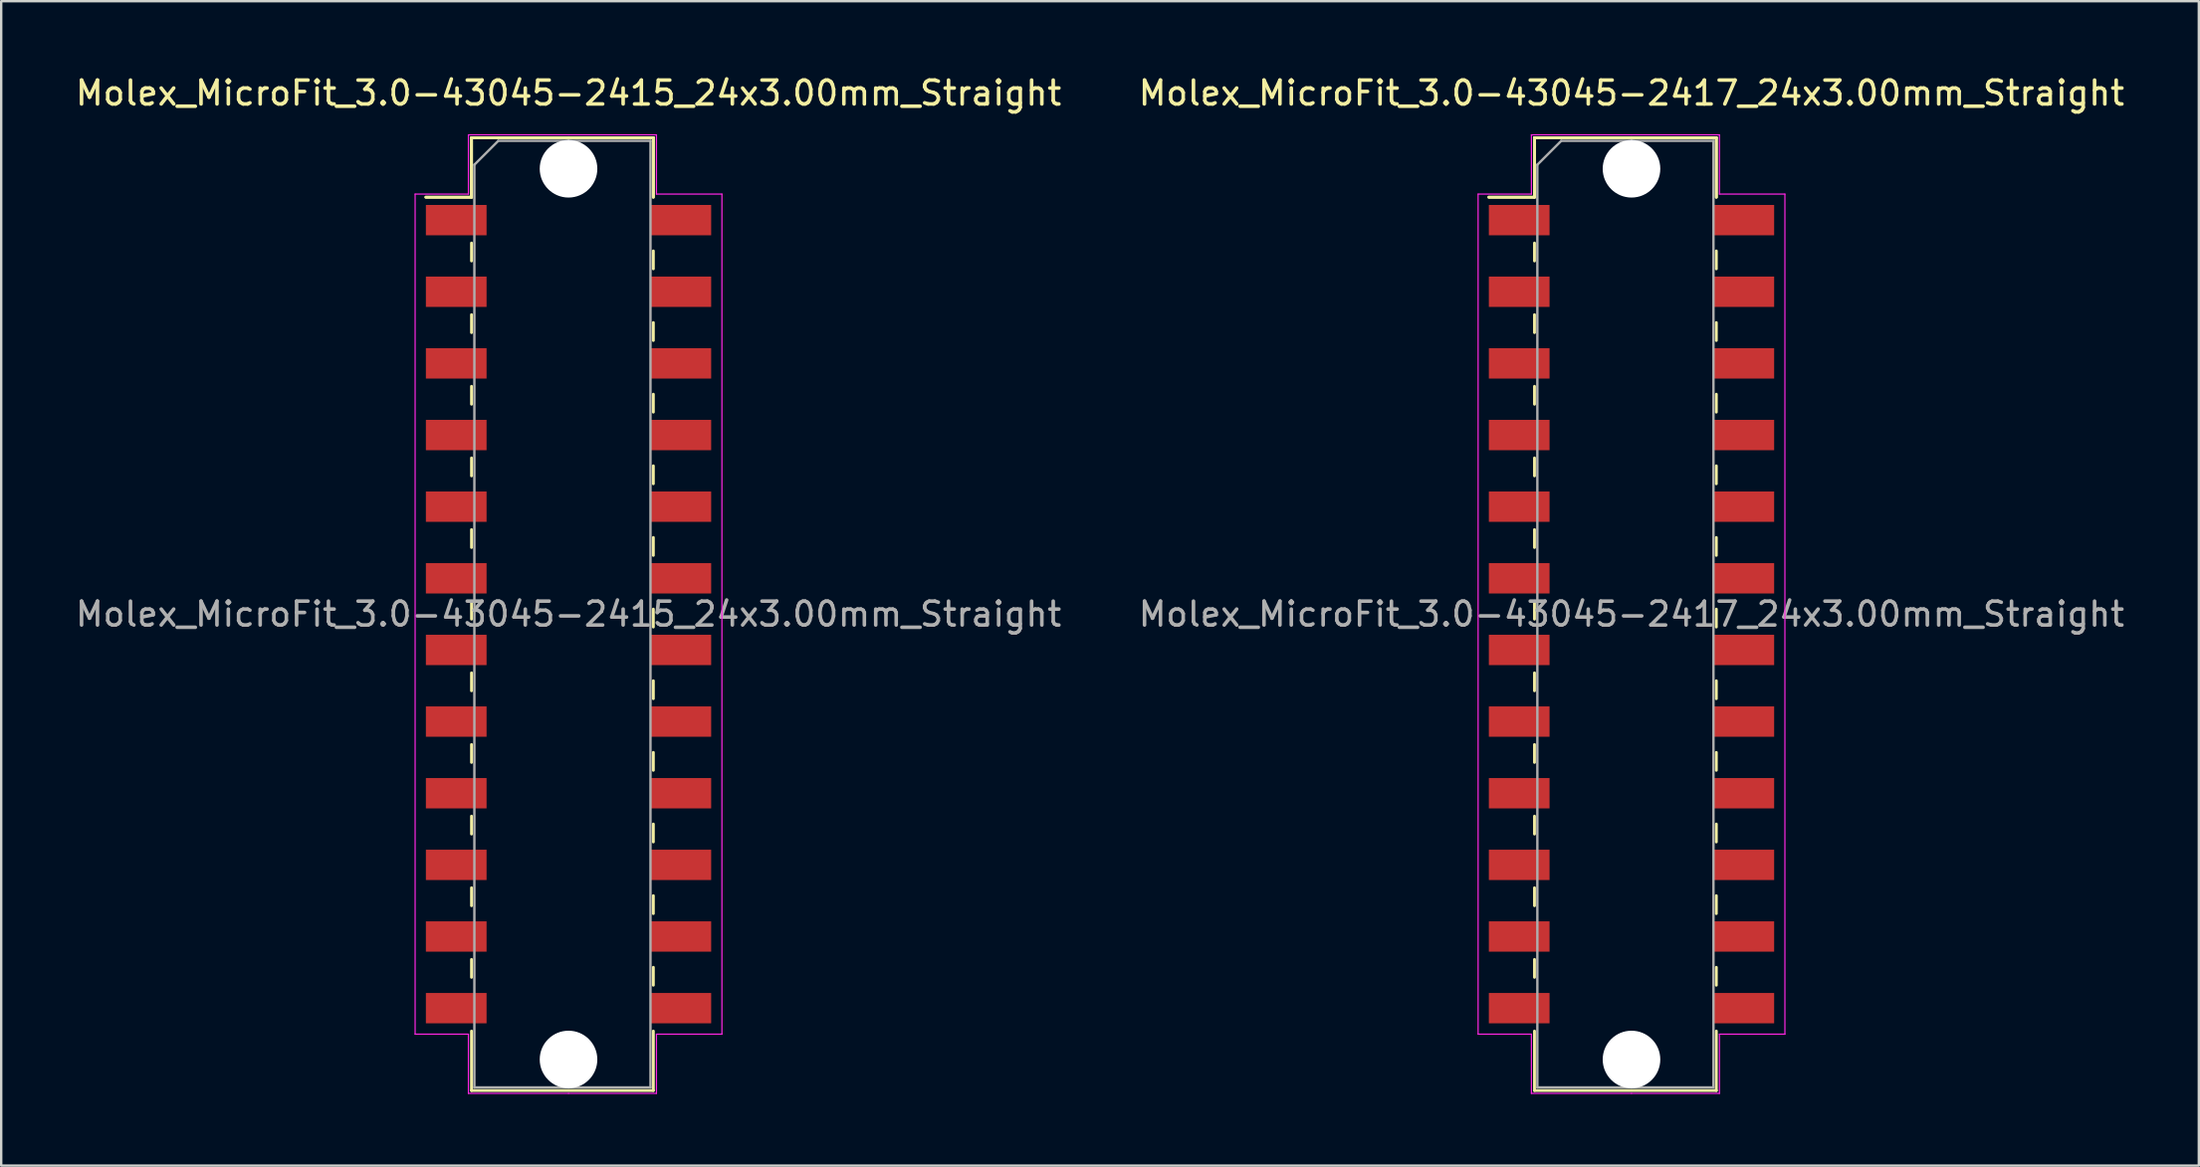
<source format=kicad_pcb>
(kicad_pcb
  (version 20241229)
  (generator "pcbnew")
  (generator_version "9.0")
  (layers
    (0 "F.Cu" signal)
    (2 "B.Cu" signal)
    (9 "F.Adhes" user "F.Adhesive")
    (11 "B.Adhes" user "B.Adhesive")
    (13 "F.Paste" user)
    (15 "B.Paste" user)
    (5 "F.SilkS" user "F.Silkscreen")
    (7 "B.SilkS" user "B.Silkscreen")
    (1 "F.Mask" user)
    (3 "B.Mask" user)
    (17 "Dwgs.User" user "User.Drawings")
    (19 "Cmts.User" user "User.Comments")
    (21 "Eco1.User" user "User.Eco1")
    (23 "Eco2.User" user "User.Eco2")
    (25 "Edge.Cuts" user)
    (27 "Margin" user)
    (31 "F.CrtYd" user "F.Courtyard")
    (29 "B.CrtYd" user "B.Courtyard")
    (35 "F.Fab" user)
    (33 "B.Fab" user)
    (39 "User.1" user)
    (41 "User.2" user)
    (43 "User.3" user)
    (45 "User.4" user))
  (footprint "Molex_MicroFit_3.0-43045-2417_24x3.00mm_Straight"
    (layer "F.Cu")
    (at 65.232 22.668)
    (property "Reference" "Molex_MicroFit_3.0-43045-2417_24x3.00mm_Straight" (at 0 -21.82 0) (layer "F.SilkS") (effects (font (size 1 1) (thickness 0.15))))
    (attr smd)
    (fp_line (start -5.97 -17.46) (end -4.06 -17.46) (stroke (width 0.12) (type solid)) (layer "F.SilkS"))
    (fp_line (start -5.97 -17.46) (end -4.06 -17.46) (stroke (width 0.12) (type solid)) (layer "F.SilkS"))
    (fp_line (start -4.06 -19.95) (end 3.55 -19.95) (stroke (width 0.12) (type solid)) (layer "F.SilkS"))
    (fp_line (start -4.06 -19.95) (end 3.55 -19.95) (stroke (width 0.12) (type solid)) (layer "F.SilkS"))
    (fp_line (start -4.06 -17.46) (end -4.06 -19.95) (stroke (width 0.12) (type solid)) (layer "F.SilkS"))
    (fp_line (start -4.06 -17.46) (end -4.06 -19.95) (stroke (width 0.12) (type solid)) (layer "F.SilkS"))
    (fp_line (start -4.06 -15.54) (end -4.06 -14.79) (stroke (width 0.12) (type solid)) (layer "F.SilkS"))
    (fp_line (start -4.06 -12.54) (end -4.06 -11.79) (stroke (width 0.12) (type solid)) (layer "F.SilkS"))
    (fp_line (start -4.06 -9.54) (end -4.06 -8.79) (stroke (width 0.12) (type solid)) (layer "F.SilkS"))
    (fp_line (start -4.06 -6.54) (end -4.06 -5.79) (stroke (width 0.12) (type solid)) (layer "F.SilkS"))
    (fp_line (start -4.06 -3.54) (end -4.06 -2.79) (stroke (width 0.12) (type solid)) (layer "F.SilkS"))
    (fp_line (start -4.06 -0.54) (end -4.06 0.21) (stroke (width 0.12) (type solid)) (layer "F.SilkS"))
    (fp_line (start -4.06 2.46) (end -4.06 3.21) (stroke (width 0.12) (type solid)) (layer "F.SilkS"))
    (fp_line (start -4.06 5.46) (end -4.06 6.21) (stroke (width 0.12) (type solid)) (layer "F.SilkS"))
    (fp_line (start -4.06 8.46) (end -4.06 9.21) (stroke (width 0.12) (type solid)) (layer "F.SilkS"))
    (fp_line (start -4.06 11.46) (end -4.06 12.21) (stroke (width 0.12) (type solid)) (layer "F.SilkS"))
    (fp_line (start -4.06 14.46) (end -4.06 15.21) (stroke (width 0.12) (type solid)) (layer "F.SilkS"))
    (fp_line (start -4.06 19.95) (end -4.06 17.46) (stroke (width 0.12) (type solid)) (layer "F.SilkS"))
    (fp_line (start 3.55 -19.95) (end 3.55 -17.46) (stroke (width 0.12) (type solid)) (layer "F.SilkS"))
    (fp_line (start 3.55 -19.95) (end 3.55 -17.46) (stroke (width 0.12) (type solid)) (layer "F.SilkS"))
    (fp_line (start 3.55 -14.46) (end 3.55 -15.21) (stroke (width 0.12) (type solid)) (layer "F.SilkS"))
    (fp_line (start 3.55 -11.46) (end 3.55 -12.21) (stroke (width 0.12) (type solid)) (layer "F.SilkS"))
    (fp_line (start 3.55 -8.46) (end 3.55 -9.21) (stroke (width 0.12) (type solid)) (layer "F.SilkS"))
    (fp_line (start 3.55 -5.46) (end 3.55 -6.21) (stroke (width 0.12) (type solid)) (layer "F.SilkS"))
    (fp_line (start 3.55 -2.46) (end 3.55 -3.21) (stroke (width 0.12) (type solid)) (layer "F.SilkS"))
    (fp_line (start 3.55 0.54) (end 3.55 -0.21) (stroke (width 0.12) (type solid)) (layer "F.SilkS"))
    (fp_line (start 3.55 3.54) (end 3.55 2.79) (stroke (width 0.12) (type solid)) (layer "F.SilkS"))
    (fp_line (start 3.55 6.54) (end 3.55 5.79) (stroke (width 0.12) (type solid)) (layer "F.SilkS"))
    (fp_line (start 3.55 9.54) (end 3.55 8.79) (stroke (width 0.12) (type solid)) (layer "F.SilkS"))
    (fp_line (start 3.55 12.54) (end 3.55 11.79) (stroke (width 0.12) (type solid)) (layer "F.SilkS"))
    (fp_line (start 3.55 15.54) (end 3.55 14.79) (stroke (width 0.12) (type solid)) (layer "F.SilkS"))
    (fp_line (start 3.55 17.46) (end 3.55 19.95) (stroke (width 0.12) (type solid)) (layer "F.SilkS"))
    (fp_line (start 3.55 19.95) (end -4.06 19.95) (stroke (width 0.12) (type solid)) (layer "F.SilkS"))
    (fp_line (start -6.42 -17.59) (end -4.19 -17.59) (stroke (width 0.05) (type solid)) (layer "F.CrtYd"))
    (fp_line (start -6.42 17.59) (end -6.42 -17.59) (stroke (width 0.05) (type solid)) (layer "F.CrtYd"))
    (fp_line (start -4.19 -20.07) (end 0 -20.07) (stroke (width 0.05) (type solid)) (layer "F.CrtYd"))
    (fp_line (start -4.19 -17.59) (end -4.19 -20.07) (stroke (width 0.05) (type solid)) (layer "F.CrtYd"))
    (fp_line (start -4.19 17.59) (end -6.42 17.59) (stroke (width 0.05) (type solid)) (layer "F.CrtYd"))
    (fp_line (start -4.19 20.07) (end -4.19 17.59) (stroke (width 0.05) (type solid)) (layer "F.CrtYd"))
    (fp_line (start 0 -20.07) (end 3.68 -20.07) (stroke (width 0.05) (type solid)) (layer "F.CrtYd"))
    (fp_line (start 0 20.07) (end -4.19 20.07) (stroke (width 0.05) (type solid)) (layer "F.CrtYd"))
    (fp_line (start 3.68 -20.07) (end 3.68 -17.59) (stroke (width 0.05) (type solid)) (layer "F.CrtYd"))
    (fp_line (start 3.68 -17.59) (end 6.42 -17.59) (stroke (width 0.05) (type solid)) (layer "F.CrtYd"))
    (fp_line (start 3.68 17.59) (end 3.68 20.07) (stroke (width 0.05) (type solid)) (layer "F.CrtYd"))
    (fp_line (start 3.68 20.07) (end 0 20.07) (stroke (width 0.05) (type solid)) (layer "F.CrtYd"))
    (fp_line (start 6.42 -17.59) (end 6.42 17.59) (stroke (width 0.05) (type solid)) (layer "F.CrtYd"))
    (fp_line (start 6.42 17.59) (end 3.68 17.59) (stroke (width 0.05) (type solid)) (layer "F.CrtYd"))
    (fp_line (start -3.94 -18.82) (end -2.94 -19.82) (stroke (width 0.1) (type solid)) (layer "F.Fab"))
    (fp_line (start -3.94 19.82) (end -3.94 -18.82) (stroke (width 0.1) (type solid)) (layer "F.Fab"))
    (fp_line (start -2.94 -19.82) (end 0 -19.82) (stroke (width 0.1) (type solid)) (layer "F.Fab"))
    (fp_line (start 0 -19.82) (end 3.43 -19.82) (stroke (width 0.1) (type solid)) (layer "F.Fab"))
    (fp_line (start 0 19.82) (end -3.94 19.82) (stroke (width 0.1) (type solid)) (layer "F.Fab"))
    (fp_line (start 3.43 -19.82) (end 3.43 19.82) (stroke (width 0.1) (type solid)) (layer "F.Fab"))
    (fp_line (start 3.43 19.82) (end 0 19.82) (stroke (width 0.1) (type solid)) (layer "F.Fab"))
    (fp_text user "${REFERENCE}" (at 0 0 0) (layer "F.Fab") (effects (font (size 1 1) (thickness 0.15))))
    (pad "" np_thru_hole circle (at 0 -18.65) (size 2.41 2.41) (drill 2.41) (layers "*.Cu"))
    (pad "" np_thru_hole circle (at 0 18.65) (size 2.41 2.41) (drill 2.41) (layers "*.Cu"))
    (pad "1" smd rect (at -4.7 -16.5) (size 2.54 1.27) (layers "F.Cu" "F.Mask" "F.Paste"))
    (pad "2" smd rect (at -4.7 -13.5) (size 2.54 1.27) (layers "F.Cu" "F.Mask" "F.Paste"))
    (pad "3" smd rect (at -4.7 -10.5) (size 2.54 1.27) (layers "F.Cu" "F.Mask" "F.Paste"))
    (pad "4" smd rect (at -4.7 -7.5) (size 2.54 1.27) (layers "F.Cu" "F.Mask" "F.Paste"))
    (pad "5" smd rect (at -4.7 -4.5) (size 2.54 1.27) (layers "F.Cu" "F.Mask" "F.Paste"))
    (pad "6" smd rect (at -4.7 -1.5) (size 2.54 1.27) (layers "F.Cu" "F.Mask" "F.Paste"))
    (pad "7" smd rect (at -4.7 1.5) (size 2.54 1.27) (layers "F.Cu" "F.Mask" "F.Paste"))
    (pad "8" smd rect (at -4.7 4.5) (size 2.54 1.27) (layers "F.Cu" "F.Mask" "F.Paste"))
    (pad "9" smd rect (at -4.7 7.5) (size 2.54 1.27) (layers "F.Cu" "F.Mask" "F.Paste"))
    (pad "10" smd rect (at -4.7 10.5) (size 2.54 1.27) (layers "F.Cu" "F.Mask" "F.Paste"))
    (pad "11" smd rect (at -4.7 13.5) (size 2.54 1.27) (layers "F.Cu" "F.Mask" "F.Paste"))
    (pad "12" smd rect (at -4.7 16.5) (size 2.54 1.27) (layers "F.Cu" "F.Mask" "F.Paste"))
    (pad "13" smd rect (at 4.7 16.5) (size 2.54 1.27) (layers "F.Cu" "F.Mask" "F.Paste"))
    (pad "14" smd rect (at 4.7 13.5) (size 2.54 1.27) (layers "F.Cu" "F.Mask" "F.Paste"))
    (pad "15" smd rect (at 4.7 10.5) (size 2.54 1.27) (layers "F.Cu" "F.Mask" "F.Paste"))
    (pad "16" smd rect (at 4.7 7.5) (size 2.54 1.27) (layers "F.Cu" "F.Mask" "F.Paste"))
    (pad "17" smd rect (at 4.7 4.5) (size 2.54 1.27) (layers "F.Cu" "F.Mask" "F.Paste"))
    (pad "18" smd rect (at 4.7 1.5) (size 2.54 1.27) (layers "F.Cu" "F.Mask" "F.Paste"))
    (pad "19" smd rect (at 4.7 -1.5) (size 2.54 1.27) (layers "F.Cu" "F.Mask" "F.Paste"))
    (pad "20" smd rect (at 4.7 -4.5) (size 2.54 1.27) (layers "F.Cu" "F.Mask" "F.Paste"))
    (pad "21" smd rect (at 4.7 -7.5) (size 2.54 1.27) (layers "F.Cu" "F.Mask" "F.Paste"))
    (pad "22" smd rect (at 4.7 -10.5) (size 2.54 1.27) (layers "F.Cu" "F.Mask" "F.Paste"))
    (pad "23" smd rect (at 4.7 -13.5) (size 2.54 1.27) (layers "F.Cu" "F.Mask" "F.Paste"))
    (pad "24" smd rect (at 4.7 -16.5) (size 2.54 1.27) (layers "F.Cu" "F.Mask" "F.Paste")))
  (footprint "Molex_MicroFit_3.0-43045-2415_24x3.00mm_Straight"
    (layer "F.Cu")
    (at 20.744 22.668)
    (property "Reference" "Molex_MicroFit_3.0-43045-2415_24x3.00mm_Straight" (at 0 -21.82 0) (layer "F.SilkS") (effects (font (size 1 1) (thickness 0.15))))
    (attr smd)
    (fp_line (start -5.97 -17.46) (end -4.06 -17.46) (stroke (width 0.12) (type solid)) (layer "F.SilkS"))
    (fp_line (start -5.97 -17.46) (end -4.06 -17.46) (stroke (width 0.12) (type solid)) (layer "F.SilkS"))
    (fp_line (start -4.06 -19.95) (end 3.55 -19.95) (stroke (width 0.12) (type solid)) (layer "F.SilkS"))
    (fp_line (start -4.06 -19.95) (end 3.55 -19.95) (stroke (width 0.12) (type solid)) (layer "F.SilkS"))
    (fp_line (start -4.06 -17.46) (end -4.06 -19.95) (stroke (width 0.12) (type solid)) (layer "F.SilkS"))
    (fp_line (start -4.06 -17.46) (end -4.06 -19.95) (stroke (width 0.12) (type solid)) (layer "F.SilkS"))
    (fp_line (start -4.06 -15.54) (end -4.06 -14.79) (stroke (width 0.12) (type solid)) (layer "F.SilkS"))
    (fp_line (start -4.06 -12.54) (end -4.06 -11.79) (stroke (width 0.12) (type solid)) (layer "F.SilkS"))
    (fp_line (start -4.06 -9.54) (end -4.06 -8.79) (stroke (width 0.12) (type solid)) (layer "F.SilkS"))
    (fp_line (start -4.06 -6.54) (end -4.06 -5.79) (stroke (width 0.12) (type solid)) (layer "F.SilkS"))
    (fp_line (start -4.06 -3.54) (end -4.06 -2.79) (stroke (width 0.12) (type solid)) (layer "F.SilkS"))
    (fp_line (start -4.06 -0.54) (end -4.06 0.21) (stroke (width 0.12) (type solid)) (layer "F.SilkS"))
    (fp_line (start -4.06 2.46) (end -4.06 3.21) (stroke (width 0.12) (type solid)) (layer "F.SilkS"))
    (fp_line (start -4.06 5.46) (end -4.06 6.21) (stroke (width 0.12) (type solid)) (layer "F.SilkS"))
    (fp_line (start -4.06 8.46) (end -4.06 9.21) (stroke (width 0.12) (type solid)) (layer "F.SilkS"))
    (fp_line (start -4.06 11.46) (end -4.06 12.21) (stroke (width 0.12) (type solid)) (layer "F.SilkS"))
    (fp_line (start -4.06 14.46) (end -4.06 15.21) (stroke (width 0.12) (type solid)) (layer "F.SilkS"))
    (fp_line (start -4.06 19.95) (end -4.06 17.46) (stroke (width 0.12) (type solid)) (layer "F.SilkS"))
    (fp_line (start 3.55 -19.95) (end 3.55 -17.46) (stroke (width 0.12) (type solid)) (layer "F.SilkS"))
    (fp_line (start 3.55 -19.95) (end 3.55 -17.46) (stroke (width 0.12) (type solid)) (layer "F.SilkS"))
    (fp_line (start 3.55 -14.46) (end 3.55 -15.21) (stroke (width 0.12) (type solid)) (layer "F.SilkS"))
    (fp_line (start 3.55 -11.46) (end 3.55 -12.21) (stroke (width 0.12) (type solid)) (layer "F.SilkS"))
    (fp_line (start 3.55 -8.46) (end 3.55 -9.21) (stroke (width 0.12) (type solid)) (layer "F.SilkS"))
    (fp_line (start 3.55 -5.46) (end 3.55 -6.21) (stroke (width 0.12) (type solid)) (layer "F.SilkS"))
    (fp_line (start 3.55 -2.46) (end 3.55 -3.21) (stroke (width 0.12) (type solid)) (layer "F.SilkS"))
    (fp_line (start 3.55 0.54) (end 3.55 -0.21) (stroke (width 0.12) (type solid)) (layer "F.SilkS"))
    (fp_line (start 3.55 3.54) (end 3.55 2.79) (stroke (width 0.12) (type solid)) (layer "F.SilkS"))
    (fp_line (start 3.55 6.54) (end 3.55 5.79) (stroke (width 0.12) (type solid)) (layer "F.SilkS"))
    (fp_line (start 3.55 9.54) (end 3.55 8.79) (stroke (width 0.12) (type solid)) (layer "F.SilkS"))
    (fp_line (start 3.55 12.54) (end 3.55 11.79) (stroke (width 0.12) (type solid)) (layer "F.SilkS"))
    (fp_line (start 3.55 15.54) (end 3.55 14.79) (stroke (width 0.12) (type solid)) (layer "F.SilkS"))
    (fp_line (start 3.55 17.46) (end 3.55 19.95) (stroke (width 0.12) (type solid)) (layer "F.SilkS"))
    (fp_line (start 3.55 19.95) (end -4.06 19.95) (stroke (width 0.12) (type solid)) (layer "F.SilkS"))
    (fp_line (start -6.42 -17.59) (end -4.19 -17.59) (stroke (width 0.05) (type solid)) (layer "F.CrtYd"))
    (fp_line (start -6.42 17.59) (end -6.42 -17.59) (stroke (width 0.05) (type solid)) (layer "F.CrtYd"))
    (fp_line (start -4.19 -20.07) (end 0 -20.07) (stroke (width 0.05) (type solid)) (layer "F.CrtYd"))
    (fp_line (start -4.19 -17.59) (end -4.19 -20.07) (stroke (width 0.05) (type solid)) (layer "F.CrtYd"))
    (fp_line (start -4.19 17.59) (end -6.42 17.59) (stroke (width 0.05) (type solid)) (layer "F.CrtYd"))
    (fp_line (start -4.19 20.07) (end -4.19 17.59) (stroke (width 0.05) (type solid)) (layer "F.CrtYd"))
    (fp_line (start 0 -20.07) (end 3.68 -20.07) (stroke (width 0.05) (type solid)) (layer "F.CrtYd"))
    (fp_line (start 0 20.07) (end -4.19 20.07) (stroke (width 0.05) (type solid)) (layer "F.CrtYd"))
    (fp_line (start 3.68 -20.07) (end 3.68 -17.59) (stroke (width 0.05) (type solid)) (layer "F.CrtYd"))
    (fp_line (start 3.68 -17.59) (end 6.42 -17.59) (stroke (width 0.05) (type solid)) (layer "F.CrtYd"))
    (fp_line (start 3.68 17.59) (end 3.68 20.07) (stroke (width 0.05) (type solid)) (layer "F.CrtYd"))
    (fp_line (start 3.68 20.07) (end 0 20.07) (stroke (width 0.05) (type solid)) (layer "F.CrtYd"))
    (fp_line (start 6.42 -17.59) (end 6.42 17.59) (stroke (width 0.05) (type solid)) (layer "F.CrtYd"))
    (fp_line (start 6.42 17.59) (end 3.68 17.59) (stroke (width 0.05) (type solid)) (layer "F.CrtYd"))
    (fp_line (start -3.94 -18.82) (end -2.94 -19.82) (stroke (width 0.1) (type solid)) (layer "F.Fab"))
    (fp_line (start -3.94 19.82) (end -3.94 -18.82) (stroke (width 0.1) (type solid)) (layer "F.Fab"))
    (fp_line (start -2.94 -19.82) (end 0 -19.82) (stroke (width 0.1) (type solid)) (layer "F.Fab"))
    (fp_line (start 0 -19.82) (end 3.43 -19.82) (stroke (width 0.1) (type solid)) (layer "F.Fab"))
    (fp_line (start 0 19.82) (end -3.94 19.82) (stroke (width 0.1) (type solid)) (layer "F.Fab"))
    (fp_line (start 3.43 -19.82) (end 3.43 19.82) (stroke (width 0.1) (type solid)) (layer "F.Fab"))
    (fp_line (start 3.43 19.82) (end 0 19.82) (stroke (width 0.1) (type solid)) (layer "F.Fab"))
    (fp_text user "${REFERENCE}" (at 0 0 0) (layer "F.Fab") (effects (font (size 1 1) (thickness 0.15))))
    (pad "" np_thru_hole circle (at 0 -18.65) (size 2.41 2.41) (drill 2.41) (layers "*.Cu"))
    (pad "" np_thru_hole circle (at 0 18.65) (size 2.41 2.41) (drill 2.41) (layers "*.Cu"))
    (pad "1" smd rect (at -4.7 -16.5) (size 2.54 1.27) (layers "F.Cu" "F.Mask" "F.Paste"))
    (pad "2" smd rect (at -4.7 -13.5) (size 2.54 1.27) (layers "F.Cu" "F.Mask" "F.Paste"))
    (pad "3" smd rect (at -4.7 -10.5) (size 2.54 1.27) (layers "F.Cu" "F.Mask" "F.Paste"))
    (pad "4" smd rect (at -4.7 -7.5) (size 2.54 1.27) (layers "F.Cu" "F.Mask" "F.Paste"))
    (pad "5" smd rect (at -4.7 -4.5) (size 2.54 1.27) (layers "F.Cu" "F.Mask" "F.Paste"))
    (pad "6" smd rect (at -4.7 -1.5) (size 2.54 1.27) (layers "F.Cu" "F.Mask" "F.Paste"))
    (pad "7" smd rect (at -4.7 1.5) (size 2.54 1.27) (layers "F.Cu" "F.Mask" "F.Paste"))
    (pad "8" smd rect (at -4.7 4.5) (size 2.54 1.27) (layers "F.Cu" "F.Mask" "F.Paste"))
    (pad "9" smd rect (at -4.7 7.5) (size 2.54 1.27) (layers "F.Cu" "F.Mask" "F.Paste"))
    (pad "10" smd rect (at -4.7 10.5) (size 2.54 1.27) (layers "F.Cu" "F.Mask" "F.Paste"))
    (pad "11" smd rect (at -4.7 13.5) (size 2.54 1.27) (layers "F.Cu" "F.Mask" "F.Paste"))
    (pad "12" smd rect (at -4.7 16.5) (size 2.54 1.27) (layers "F.Cu" "F.Mask" "F.Paste"))
    (pad "13" smd rect (at 4.7 16.5) (size 2.54 1.27) (layers "F.Cu" "F.Mask" "F.Paste"))
    (pad "14" smd rect (at 4.7 13.5) (size 2.54 1.27) (layers "F.Cu" "F.Mask" "F.Paste"))
    (pad "15" smd rect (at 4.7 10.5) (size 2.54 1.27) (layers "F.Cu" "F.Mask" "F.Paste"))
    (pad "16" smd rect (at 4.7 7.5) (size 2.54 1.27) (layers "F.Cu" "F.Mask" "F.Paste"))
    (pad "17" smd rect (at 4.7 4.5) (size 2.54 1.27) (layers "F.Cu" "F.Mask" "F.Paste"))
    (pad "18" smd rect (at 4.7 1.5) (size 2.54 1.27) (layers "F.Cu" "F.Mask" "F.Paste"))
    (pad "19" smd rect (at 4.7 -1.5) (size 2.54 1.27) (layers "F.Cu" "F.Mask" "F.Paste"))
    (pad "20" smd rect (at 4.7 -4.5) (size 2.54 1.27) (layers "F.Cu" "F.Mask" "F.Paste"))
    (pad "21" smd rect (at 4.7 -7.5) (size 2.54 1.27) (layers "F.Cu" "F.Mask" "F.Paste"))
    (pad "22" smd rect (at 4.7 -10.5) (size 2.54 1.27) (layers "F.Cu" "F.Mask" "F.Paste"))
    (pad "23" smd rect (at 4.7 -13.5) (size 2.54 1.27) (layers "F.Cu" "F.Mask" "F.Paste"))
    (pad "24" smd rect (at 4.7 -16.5) (size 2.54 1.27) (layers "F.Cu" "F.Mask" "F.Paste")))
  (gr_rect
    (start -3 -3)
    (end 88.976 45.763)
    (stroke (width 0.1) (type default))
    (fill no)
    (layer "Edge.Cuts")))
</source>
